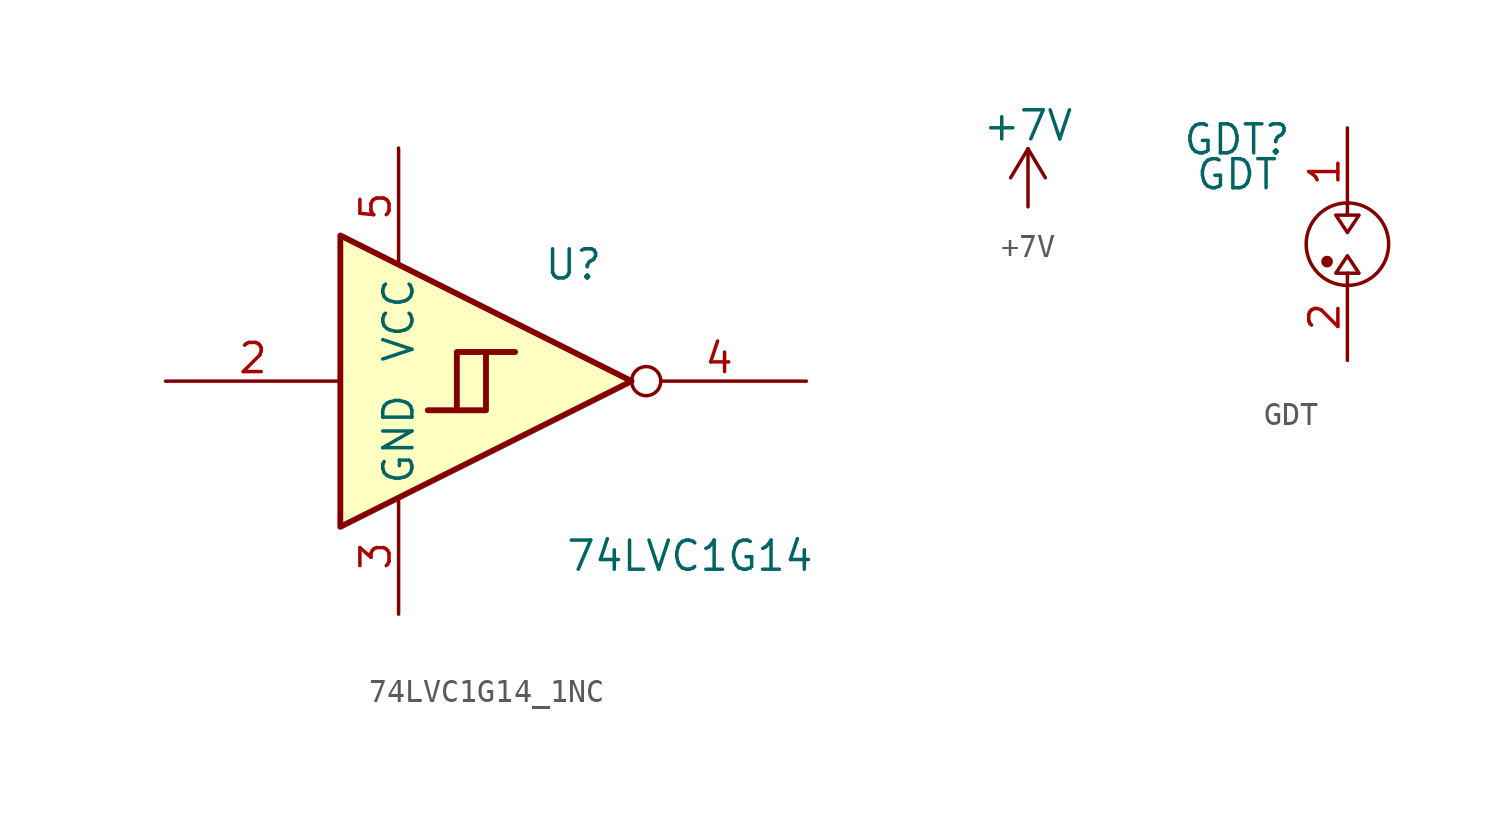
<source format=kicad_sym>
(kicad_symbol_lib
  (version 20231120)
  (generator "kicad_symbol_editor")
  (generator_version "8.0")
  (symbol "74LVC1G14_1NC"
    (property "Reference" "U"
      (at 2.54 5.08 0)
      (effects (font (size 1.27 1.27))))
    (property "Value" "74LVC1G14"
      (at 7.62 -7.62 0)
      (effects (font (size 1.27 1.27))))
    (symbol "74LVC1G14_1NC_0_1"
      (polyline (pts (xy -2.54 -1.27) (xy -1.27 -1.27) (xy -1.27 1.27)) (stroke (width 0.254) (type default)) (fill (type background)))
      (polyline (pts (xy -7.62 6.35) (xy -7.62 -6.35) (xy 5.08 0) (xy -7.62 6.35)) (stroke (width 0.254) (type default)) (fill (type background)))
      (polyline (pts (xy -3.81 -1.27) (xy -2.54 -1.27) (xy -2.54 1.27) (xy 0 1.27)) (stroke (width 0.254) (type default)) (fill (type background))))
    (symbol "74LVC1G14_1NC_1_1"
      (pin no_connect line (at 0 -5.08 90) (length 2.54) hide (name "NC" (effects (font (size 1.27 1.27)))) (number "1" (effects (font (size 1.27 1.27)))))
      (pin input line (at -15.24 0 0) (length 7.62) (name "~" (effects (font (size 1.27 1.27)))) (number "2" (effects (font (size 1.27 1.27)))))
      (pin power_in line (at -5.08 -10.16 90) (length 5.08) (name "GND" (effects (font (size 1.27 1.27)))) (number "3" (effects (font (size 1.27 1.27)))))
      (pin output inverted (at 12.7 0 180) (length 7.62) (name "~" (effects (font (size 1.27 1.27)))) (number "4" (effects (font (size 1.27 1.27)))))
      (pin power_in line (at -5.08 10.16 270) (length 5.08) (name "VCC" (effects (font (size 1.27 1.27)))) (number "5" (effects (font (size 1.27 1.27)))))))
  (symbol "+7V"
    (power)
    (pin_names
      (offset 0))
    (property "Reference" "#PWR"
      (at 0 -3.81 0)
      (effects (font (size 1.27 1.27)) (hide yes)))
    (property "Value" "+7V"
      (at 0 3.556 0)
      (effects (font (size 1.27 1.27))))
    (symbol "+7V_0_1"
      (polyline (pts (xy -0.762 1.27) (xy 0 2.54)) (stroke (width 0) (type default)) (fill (type none)))
      (polyline (pts (xy 0 0) (xy 0 2.54)) (stroke (width 0) (type default)) (fill (type none)))
      (polyline (pts (xy 0 2.54) (xy 0.762 1.27)) (stroke (width 0) (type default)) (fill (type none))))
    (symbol "+7V_1_1"
      (pin power_in line (at 0 0 90) (length 0) hide (name "+7V" (effects (font (size 1.27 1.27)))) (number "1" (effects (font (size 1.27 1.27)))))))
  (symbol "GDT"
    (pin_names
      (offset 1.016) hide)
    (property "Reference" "GDT"
      (at -4.826 4.572 0)
      (effects (font (size 1.27 1.27))))
    (property "Value" "GDT"
      (at -4.826 3.048 0)
      (effects (font (size 1.27 1.27))))
    (symbol "GDT_0_1"
      (circle (center -0.889 -0.762) (radius 0.178) (stroke (width 0) (type solid)) (fill (type outline)))
      (polyline (pts (xy -0.508 -1.27) (xy 0.508 -1.27) (xy 0 -0.508) (xy -0.508 -1.27)) (stroke (width 0) (type solid)) (fill (type none)))
      (polyline (pts (xy -0.508 1.27) (xy 0.508 1.27) (xy 0 0.508) (xy -0.508 1.27)) (stroke (width 0) (type solid)) (fill (type none)))
      (circle (center 0 0) (radius 1.803) (stroke (width 0) (type solid)) (fill (type none))))
    (symbol "GDT_1_1"
      (pin bidirectional line (at 0 5.08 270) (length 3.81) (name "~" (effects (font (size 1.27 1.27)))) (number "1" (effects (font (size 1.27 1.27)))))
      (pin bidirectional line (at 0 -5.08 90) (length 3.81) (name "~" (effects (font (size 1.27 1.27)))) (number "2" (effects (font (size 1.27 1.27))))))))
</source>
